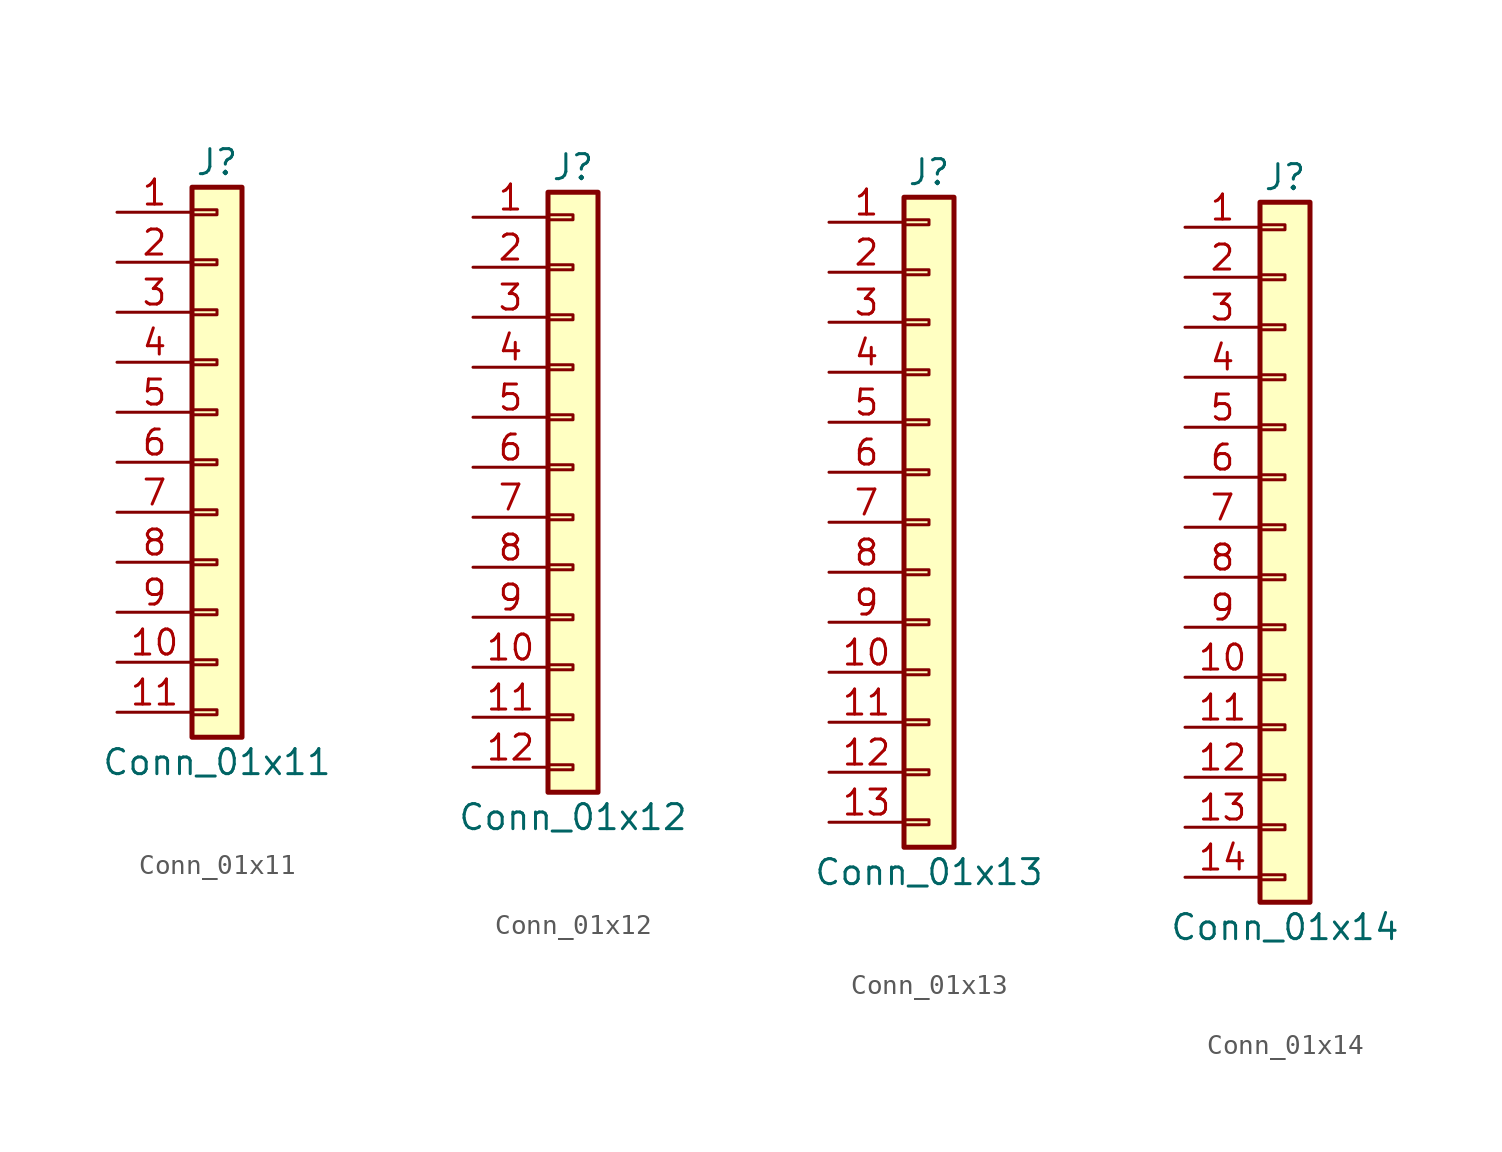
<source format=kicad_sym>
(kicad_symbol_lib
  (version 20211014)
  (generator kicad_symbol_editor)
  (symbol "Conn_01x11"
    (pin_names
      (offset 1.016) hide)
    (property "Reference" "J"
      (at 0 15.24 0)
      (effects (font (size 1.27 1.27))))
    (property "Value" "Conn_01x11"
      (at 0 -15.24 0)
      (effects (font (size 1.27 1.27))))
    (symbol "Conn_01x11_1_1"
      (rectangle (start -1.27 -12.573) (end 0 -12.827) (stroke (width 0.152) (type default) (color 0 0 0 0)) (fill (type none)))
      (rectangle (start -1.27 -10.033) (end 0 -10.287) (stroke (width 0.152) (type default) (color 0 0 0 0)) (fill (type none)))
      (rectangle (start -1.27 -7.493) (end 0 -7.747) (stroke (width 0.152) (type default) (color 0 0 0 0)) (fill (type none)))
      (rectangle (start -1.27 -4.953) (end 0 -5.207) (stroke (width 0.152) (type default) (color 0 0 0 0)) (fill (type none)))
      (rectangle (start -1.27 -2.413) (end 0 -2.667) (stroke (width 0.152) (type default) (color 0 0 0 0)) (fill (type none)))
      (rectangle (start -1.27 0.127) (end 0 -0.127) (stroke (width 0.152) (type default) (color 0 0 0 0)) (fill (type none)))
      (rectangle (start -1.27 2.667) (end 0 2.413) (stroke (width 0.152) (type default) (color 0 0 0 0)) (fill (type none)))
      (rectangle (start -1.27 5.207) (end 0 4.953) (stroke (width 0.152) (type default) (color 0 0 0 0)) (fill (type none)))
      (rectangle (start -1.27 7.747) (end 0 7.493) (stroke (width 0.152) (type default) (color 0 0 0 0)) (fill (type none)))
      (rectangle (start -1.27 10.287) (end 0 10.033) (stroke (width 0.152) (type default) (color 0 0 0 0)) (fill (type none)))
      (rectangle (start -1.27 12.827) (end 0 12.573) (stroke (width 0.152) (type default) (color 0 0 0 0)) (fill (type none)))
      (rectangle (start -1.27 13.97) (end 1.27 -13.97) (stroke (width 0.254) (type default) (color 0 0 0 0)) (fill (type background)))
      (pin passive line (at -5.08 12.7 0) (length 3.81) (name "Pin_1" (effects (font (size 1.27 1.27)))) (number "1" (effects (font (size 1.27 1.27)))))
      (pin passive line (at -5.08 -10.16 0) (length 3.81) (name "Pin_10" (effects (font (size 1.27 1.27)))) (number "10" (effects (font (size 1.27 1.27)))))
      (pin passive line (at -5.08 -12.7 0) (length 3.81) (name "Pin_11" (effects (font (size 1.27 1.27)))) (number "11" (effects (font (size 1.27 1.27)))))
      (pin passive line (at -5.08 10.16 0) (length 3.81) (name "Pin_2" (effects (font (size 1.27 1.27)))) (number "2" (effects (font (size 1.27 1.27)))))
      (pin passive line (at -5.08 7.62 0) (length 3.81) (name "Pin_3" (effects (font (size 1.27 1.27)))) (number "3" (effects (font (size 1.27 1.27)))))
      (pin passive line (at -5.08 5.08 0) (length 3.81) (name "Pin_4" (effects (font (size 1.27 1.27)))) (number "4" (effects (font (size 1.27 1.27)))))
      (pin passive line (at -5.08 2.54 0) (length 3.81) (name "Pin_5" (effects (font (size 1.27 1.27)))) (number "5" (effects (font (size 1.27 1.27)))))
      (pin passive line (at -5.08 0 0) (length 3.81) (name "Pin_6" (effects (font (size 1.27 1.27)))) (number "6" (effects (font (size 1.27 1.27)))))
      (pin passive line (at -5.08 -2.54 0) (length 3.81) (name "Pin_7" (effects (font (size 1.27 1.27)))) (number "7" (effects (font (size 1.27 1.27)))))
      (pin passive line (at -5.08 -5.08 0) (length 3.81) (name "Pin_8" (effects (font (size 1.27 1.27)))) (number "8" (effects (font (size 1.27 1.27)))))
      (pin passive line (at -5.08 -7.62 0) (length 3.81) (name "Pin_9" (effects (font (size 1.27 1.27)))) (number "9" (effects (font (size 1.27 1.27)))))))
  (symbol "Conn_01x12"
    (pin_names
      (offset 1.016) hide)
    (property "Reference" "J"
      (at 0 15.24 0)
      (effects (font (size 1.27 1.27))))
    (property "Value" "Conn_01x12"
      (at 0 -17.78 0)
      (effects (font (size 1.27 1.27))))
    (symbol "Conn_01x12_1_1"
      (rectangle (start -1.27 -15.113) (end 0 -15.367) (stroke (width 0.152) (type default) (color 0 0 0 0)) (fill (type none)))
      (rectangle (start -1.27 -12.573) (end 0 -12.827) (stroke (width 0.152) (type default) (color 0 0 0 0)) (fill (type none)))
      (rectangle (start -1.27 -10.033) (end 0 -10.287) (stroke (width 0.152) (type default) (color 0 0 0 0)) (fill (type none)))
      (rectangle (start -1.27 -7.493) (end 0 -7.747) (stroke (width 0.152) (type default) (color 0 0 0 0)) (fill (type none)))
      (rectangle (start -1.27 -4.953) (end 0 -5.207) (stroke (width 0.152) (type default) (color 0 0 0 0)) (fill (type none)))
      (rectangle (start -1.27 -2.413) (end 0 -2.667) (stroke (width 0.152) (type default) (color 0 0 0 0)) (fill (type none)))
      (rectangle (start -1.27 0.127) (end 0 -0.127) (stroke (width 0.152) (type default) (color 0 0 0 0)) (fill (type none)))
      (rectangle (start -1.27 2.667) (end 0 2.413) (stroke (width 0.152) (type default) (color 0 0 0 0)) (fill (type none)))
      (rectangle (start -1.27 5.207) (end 0 4.953) (stroke (width 0.152) (type default) (color 0 0 0 0)) (fill (type none)))
      (rectangle (start -1.27 7.747) (end 0 7.493) (stroke (width 0.152) (type default) (color 0 0 0 0)) (fill (type none)))
      (rectangle (start -1.27 10.287) (end 0 10.033) (stroke (width 0.152) (type default) (color 0 0 0 0)) (fill (type none)))
      (rectangle (start -1.27 12.827) (end 0 12.573) (stroke (width 0.152) (type default) (color 0 0 0 0)) (fill (type none)))
      (rectangle (start -1.27 13.97) (end 1.27 -16.51) (stroke (width 0.254) (type default) (color 0 0 0 0)) (fill (type background)))
      (pin passive line (at -5.08 12.7 0) (length 3.81) (name "Pin_1" (effects (font (size 1.27 1.27)))) (number "1" (effects (font (size 1.27 1.27)))))
      (pin passive line (at -5.08 -10.16 0) (length 3.81) (name "Pin_10" (effects (font (size 1.27 1.27)))) (number "10" (effects (font (size 1.27 1.27)))))
      (pin passive line (at -5.08 -12.7 0) (length 3.81) (name "Pin_11" (effects (font (size 1.27 1.27)))) (number "11" (effects (font (size 1.27 1.27)))))
      (pin passive line (at -5.08 -15.24 0) (length 3.81) (name "Pin_12" (effects (font (size 1.27 1.27)))) (number "12" (effects (font (size 1.27 1.27)))))
      (pin passive line (at -5.08 10.16 0) (length 3.81) (name "Pin_2" (effects (font (size 1.27 1.27)))) (number "2" (effects (font (size 1.27 1.27)))))
      (pin passive line (at -5.08 7.62 0) (length 3.81) (name "Pin_3" (effects (font (size 1.27 1.27)))) (number "3" (effects (font (size 1.27 1.27)))))
      (pin passive line (at -5.08 5.08 0) (length 3.81) (name "Pin_4" (effects (font (size 1.27 1.27)))) (number "4" (effects (font (size 1.27 1.27)))))
      (pin passive line (at -5.08 2.54 0) (length 3.81) (name "Pin_5" (effects (font (size 1.27 1.27)))) (number "5" (effects (font (size 1.27 1.27)))))
      (pin passive line (at -5.08 0 0) (length 3.81) (name "Pin_6" (effects (font (size 1.27 1.27)))) (number "6" (effects (font (size 1.27 1.27)))))
      (pin passive line (at -5.08 -2.54 0) (length 3.81) (name "Pin_7" (effects (font (size 1.27 1.27)))) (number "7" (effects (font (size 1.27 1.27)))))
      (pin passive line (at -5.08 -5.08 0) (length 3.81) (name "Pin_8" (effects (font (size 1.27 1.27)))) (number "8" (effects (font (size 1.27 1.27)))))
      (pin passive line (at -5.08 -7.62 0) (length 3.81) (name "Pin_9" (effects (font (size 1.27 1.27)))) (number "9" (effects (font (size 1.27 1.27)))))))
  (symbol "Conn_01x13"
    (pin_names
      (offset 1.016) hide)
    (property "Reference" "J"
      (at 0 17.78 0)
      (effects (font (size 1.27 1.27))))
    (property "Value" "Conn_01x13"
      (at 0 -17.78 0)
      (effects (font (size 1.27 1.27))))
    (symbol "Conn_01x13_1_1"
      (rectangle (start -1.27 -15.113) (end 0 -15.367) (stroke (width 0.152) (type default) (color 0 0 0 0)) (fill (type none)))
      (rectangle (start -1.27 -12.573) (end 0 -12.827) (stroke (width 0.152) (type default) (color 0 0 0 0)) (fill (type none)))
      (rectangle (start -1.27 -10.033) (end 0 -10.287) (stroke (width 0.152) (type default) (color 0 0 0 0)) (fill (type none)))
      (rectangle (start -1.27 -7.493) (end 0 -7.747) (stroke (width 0.152) (type default) (color 0 0 0 0)) (fill (type none)))
      (rectangle (start -1.27 -4.953) (end 0 -5.207) (stroke (width 0.152) (type default) (color 0 0 0 0)) (fill (type none)))
      (rectangle (start -1.27 -2.413) (end 0 -2.667) (stroke (width 0.152) (type default) (color 0 0 0 0)) (fill (type none)))
      (rectangle (start -1.27 0.127) (end 0 -0.127) (stroke (width 0.152) (type default) (color 0 0 0 0)) (fill (type none)))
      (rectangle (start -1.27 2.667) (end 0 2.413) (stroke (width 0.152) (type default) (color 0 0 0 0)) (fill (type none)))
      (rectangle (start -1.27 5.207) (end 0 4.953) (stroke (width 0.152) (type default) (color 0 0 0 0)) (fill (type none)))
      (rectangle (start -1.27 7.747) (end 0 7.493) (stroke (width 0.152) (type default) (color 0 0 0 0)) (fill (type none)))
      (rectangle (start -1.27 10.287) (end 0 10.033) (stroke (width 0.152) (type default) (color 0 0 0 0)) (fill (type none)))
      (rectangle (start -1.27 12.827) (end 0 12.573) (stroke (width 0.152) (type default) (color 0 0 0 0)) (fill (type none)))
      (rectangle (start -1.27 15.367) (end 0 15.113) (stroke (width 0.152) (type default) (color 0 0 0 0)) (fill (type none)))
      (rectangle (start -1.27 16.51) (end 1.27 -16.51) (stroke (width 0.254) (type default) (color 0 0 0 0)) (fill (type background)))
      (pin passive line (at -5.08 15.24 0) (length 3.81) (name "Pin_1" (effects (font (size 1.27 1.27)))) (number "1" (effects (font (size 1.27 1.27)))))
      (pin passive line (at -5.08 -7.62 0) (length 3.81) (name "Pin_10" (effects (font (size 1.27 1.27)))) (number "10" (effects (font (size 1.27 1.27)))))
      (pin passive line (at -5.08 -10.16 0) (length 3.81) (name "Pin_11" (effects (font (size 1.27 1.27)))) (number "11" (effects (font (size 1.27 1.27)))))
      (pin passive line (at -5.08 -12.7 0) (length 3.81) (name "Pin_12" (effects (font (size 1.27 1.27)))) (number "12" (effects (font (size 1.27 1.27)))))
      (pin passive line (at -5.08 -15.24 0) (length 3.81) (name "Pin_13" (effects (font (size 1.27 1.27)))) (number "13" (effects (font (size 1.27 1.27)))))
      (pin passive line (at -5.08 12.7 0) (length 3.81) (name "Pin_2" (effects (font (size 1.27 1.27)))) (number "2" (effects (font (size 1.27 1.27)))))
      (pin passive line (at -5.08 10.16 0) (length 3.81) (name "Pin_3" (effects (font (size 1.27 1.27)))) (number "3" (effects (font (size 1.27 1.27)))))
      (pin passive line (at -5.08 7.62 0) (length 3.81) (name "Pin_4" (effects (font (size 1.27 1.27)))) (number "4" (effects (font (size 1.27 1.27)))))
      (pin passive line (at -5.08 5.08 0) (length 3.81) (name "Pin_5" (effects (font (size 1.27 1.27)))) (number "5" (effects (font (size 1.27 1.27)))))
      (pin passive line (at -5.08 2.54 0) (length 3.81) (name "Pin_6" (effects (font (size 1.27 1.27)))) (number "6" (effects (font (size 1.27 1.27)))))
      (pin passive line (at -5.08 0 0) (length 3.81) (name "Pin_7" (effects (font (size 1.27 1.27)))) (number "7" (effects (font (size 1.27 1.27)))))
      (pin passive line (at -5.08 -2.54 0) (length 3.81) (name "Pin_8" (effects (font (size 1.27 1.27)))) (number "8" (effects (font (size 1.27 1.27)))))
      (pin passive line (at -5.08 -5.08 0) (length 3.81) (name "Pin_9" (effects (font (size 1.27 1.27)))) (number "9" (effects (font (size 1.27 1.27)))))))
  (symbol "Conn_01x14"
    (pin_names
      (offset 1.016) hide)
    (property "Reference" "J"
      (at 0 17.78 0)
      (effects (font (size 1.27 1.27))))
    (property "Value" "Conn_01x14"
      (at 0 -20.32 0)
      (effects (font (size 1.27 1.27))))
    (symbol "Conn_01x14_1_1"
      (rectangle (start -1.27 -17.653) (end 0 -17.907) (stroke (width 0.152) (type default) (color 0 0 0 0)) (fill (type none)))
      (rectangle (start -1.27 -15.113) (end 0 -15.367) (stroke (width 0.152) (type default) (color 0 0 0 0)) (fill (type none)))
      (rectangle (start -1.27 -12.573) (end 0 -12.827) (stroke (width 0.152) (type default) (color 0 0 0 0)) (fill (type none)))
      (rectangle (start -1.27 -10.033) (end 0 -10.287) (stroke (width 0.152) (type default) (color 0 0 0 0)) (fill (type none)))
      (rectangle (start -1.27 -7.493) (end 0 -7.747) (stroke (width 0.152) (type default) (color 0 0 0 0)) (fill (type none)))
      (rectangle (start -1.27 -4.953) (end 0 -5.207) (stroke (width 0.152) (type default) (color 0 0 0 0)) (fill (type none)))
      (rectangle (start -1.27 -2.413) (end 0 -2.667) (stroke (width 0.152) (type default) (color 0 0 0 0)) (fill (type none)))
      (rectangle (start -1.27 0.127) (end 0 -0.127) (stroke (width 0.152) (type default) (color 0 0 0 0)) (fill (type none)))
      (rectangle (start -1.27 2.667) (end 0 2.413) (stroke (width 0.152) (type default) (color 0 0 0 0)) (fill (type none)))
      (rectangle (start -1.27 5.207) (end 0 4.953) (stroke (width 0.152) (type default) (color 0 0 0 0)) (fill (type none)))
      (rectangle (start -1.27 7.747) (end 0 7.493) (stroke (width 0.152) (type default) (color 0 0 0 0)) (fill (type none)))
      (rectangle (start -1.27 10.287) (end 0 10.033) (stroke (width 0.152) (type default) (color 0 0 0 0)) (fill (type none)))
      (rectangle (start -1.27 12.827) (end 0 12.573) (stroke (width 0.152) (type default) (color 0 0 0 0)) (fill (type none)))
      (rectangle (start -1.27 15.367) (end 0 15.113) (stroke (width 0.152) (type default) (color 0 0 0 0)) (fill (type none)))
      (rectangle (start -1.27 16.51) (end 1.27 -19.05) (stroke (width 0.254) (type default) (color 0 0 0 0)) (fill (type background)))
      (pin passive line (at -5.08 15.24 0) (length 3.81) (name "Pin_1" (effects (font (size 1.27 1.27)))) (number "1" (effects (font (size 1.27 1.27)))))
      (pin passive line (at -5.08 -7.62 0) (length 3.81) (name "Pin_10" (effects (font (size 1.27 1.27)))) (number "10" (effects (font (size 1.27 1.27)))))
      (pin passive line (at -5.08 -10.16 0) (length 3.81) (name "Pin_11" (effects (font (size 1.27 1.27)))) (number "11" (effects (font (size 1.27 1.27)))))
      (pin passive line (at -5.08 -12.7 0) (length 3.81) (name "Pin_12" (effects (font (size 1.27 1.27)))) (number "12" (effects (font (size 1.27 1.27)))))
      (pin passive line (at -5.08 -15.24 0) (length 3.81) (name "Pin_13" (effects (font (size 1.27 1.27)))) (number "13" (effects (font (size 1.27 1.27)))))
      (pin passive line (at -5.08 -17.78 0) (length 3.81) (name "Pin_14" (effects (font (size 1.27 1.27)))) (number "14" (effects (font (size 1.27 1.27)))))
      (pin passive line (at -5.08 12.7 0) (length 3.81) (name "Pin_2" (effects (font (size 1.27 1.27)))) (number "2" (effects (font (size 1.27 1.27)))))
      (pin passive line (at -5.08 10.16 0) (length 3.81) (name "Pin_3" (effects (font (size 1.27 1.27)))) (number "3" (effects (font (size 1.27 1.27)))))
      (pin passive line (at -5.08 7.62 0) (length 3.81) (name "Pin_4" (effects (font (size 1.27 1.27)))) (number "4" (effects (font (size 1.27 1.27)))))
      (pin passive line (at -5.08 5.08 0) (length 3.81) (name "Pin_5" (effects (font (size 1.27 1.27)))) (number "5" (effects (font (size 1.27 1.27)))))
      (pin passive line (at -5.08 2.54 0) (length 3.81) (name "Pin_6" (effects (font (size 1.27 1.27)))) (number "6" (effects (font (size 1.27 1.27)))))
      (pin passive line (at -5.08 0 0) (length 3.81) (name "Pin_7" (effects (font (size 1.27 1.27)))) (number "7" (effects (font (size 1.27 1.27)))))
      (pin passive line (at -5.08 -2.54 0) (length 3.81) (name "Pin_8" (effects (font (size 1.27 1.27)))) (number "8" (effects (font (size 1.27 1.27)))))
      (pin passive line (at -5.08 -5.08 0) (length 3.81) (name "Pin_9" (effects (font (size 1.27 1.27)))) (number "9" (effects (font (size 1.27 1.27))))))))
</source>
